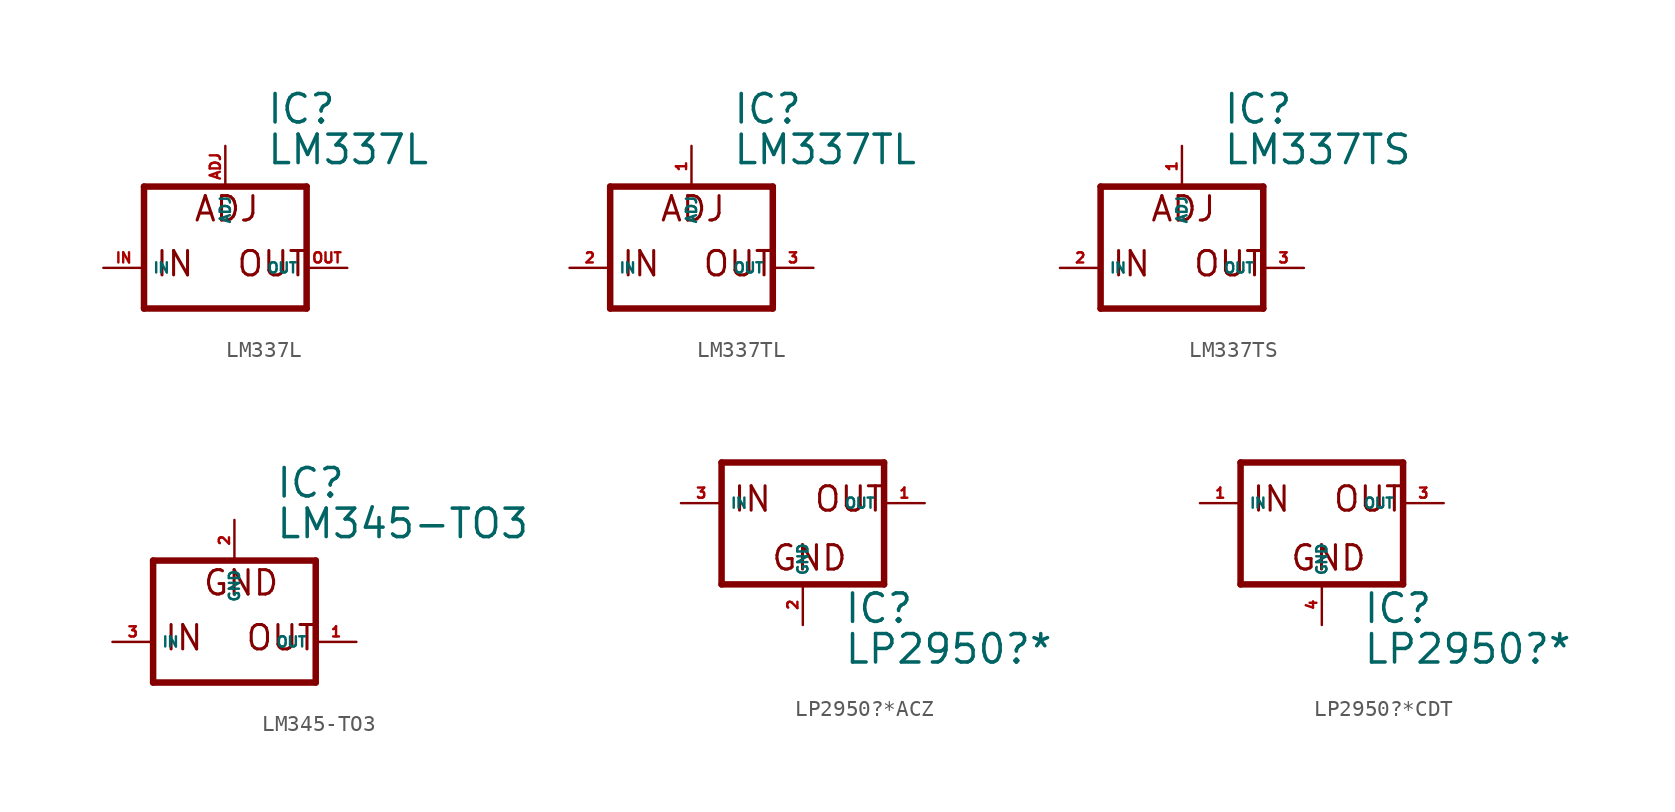
<source format=kicad_sym>
(kicad_symbol_lib
  (version 20220914)
  (generator Eagle2Kicad)
  (symbol "LM337L"
    (property "Reference" "IC"
      (at 2.54 8.89 0)
      (effects (font (size 1.778 1.778) (thickness 0.22)) (justify left bottom)))
    (property "Value" "LM337L"
      (at 2.54 6.35 0)
      (effects (font (size 1.778 1.778) (thickness 0.22)) (justify left bottom)))
    (polyline
      (pts (xy -5.08 -2.54) (xy 5.08 -2.54))
      (stroke (width 0.406) (type default))
      (fill (type none)))
    (polyline
      (pts (xy 5.08 -2.54) (xy 5.08 5.08))
      (stroke (width 0.406) (type default))
      (fill (type none)))
    (polyline
      (pts (xy 5.08 5.08) (xy -5.08 5.08))
      (stroke (width 0.406) (type default))
      (fill (type none)))
    (polyline
      (pts (xy -5.08 5.08) (xy -5.08 -2.54))
      (stroke (width 0.406) (type default))
      (fill (type none)))
    (text "ADJ"
      (at -2.032 2.794 0)
      (effects (font (size 1.524 1.524) (thickness 0.19)) (justify left bottom)))
    (text "IN"
      (at -4.445 -0.635 0)
      (effects (font (size 1.524 1.524) (thickness 0.19)) (justify left bottom)))
    (text "OUT"
      (at 0.635 -0.635 0)
      (effects (font (size 1.524 1.524) (thickness 0.19)) (justify left bottom)))
    (pin input line
      (at -7.62 0 0)
      (length 2.54)
      (name "IN" (effects (font (size 0.635 0.635) (thickness 0.08)) (justify left bottom)))
      (number "IN" (effects (font (size 0.635 0.635) (thickness 0.08)) (justify left bottom))))
    (pin input line
      (at 0 7.62 270)
      (length 2.54)
      (name "ADJ" (effects (font (size 0.635 0.635) (thickness 0.08)) (justify left bottom)))
      (number "ADJ" (effects (font (size 0.635 0.635) (thickness 0.08)) (justify left bottom))))
    (pin passive line
      (at 7.62 0 180)
      (length 2.54)
      (name "OUT" (effects (font (size 0.635 0.635) (thickness 0.08)) (justify left bottom)))
      (number "OUT" (effects (font (size 0.635 0.635) (thickness 0.08)) (justify left bottom)))))
  (symbol "LM337TL"
    (property "Reference" "IC"
      (at 2.54 8.89 0)
      (effects (font (size 1.778 1.778) (thickness 0.22)) (justify left bottom)))
    (property "Value" "LM337TL"
      (at 2.54 6.35 0)
      (effects (font (size 1.778 1.778) (thickness 0.22)) (justify left bottom)))
    (polyline
      (pts (xy -5.08 -2.54) (xy 5.08 -2.54))
      (stroke (width 0.406) (type default))
      (fill (type none)))
    (polyline
      (pts (xy 5.08 -2.54) (xy 5.08 5.08))
      (stroke (width 0.406) (type default))
      (fill (type none)))
    (polyline
      (pts (xy 5.08 5.08) (xy -5.08 5.08))
      (stroke (width 0.406) (type default))
      (fill (type none)))
    (polyline
      (pts (xy -5.08 5.08) (xy -5.08 -2.54))
      (stroke (width 0.406) (type default))
      (fill (type none)))
    (text "ADJ"
      (at -2.032 2.794 0)
      (effects (font (size 1.524 1.524) (thickness 0.19)) (justify left bottom)))
    (text "IN"
      (at -4.445 -0.635 0)
      (effects (font (size 1.524 1.524) (thickness 0.19)) (justify left bottom)))
    (text "OUT"
      (at 0.635 -0.635 0)
      (effects (font (size 1.524 1.524) (thickness 0.19)) (justify left bottom)))
    (pin input line
      (at -7.62 0 0)
      (length 2.54)
      (name "IN" (effects (font (size 0.635 0.635) (thickness 0.08)) (justify left bottom)))
      (number "2" (effects (font (size 0.635 0.635) (thickness 0.08)) (justify left bottom))))
    (pin input line
      (at 0 7.62 270)
      (length 2.54)
      (name "ADJ" (effects (font (size 0.635 0.635) (thickness 0.08)) (justify left bottom)))
      (number "1" (effects (font (size 0.635 0.635) (thickness 0.08)) (justify left bottom))))
    (pin passive line
      (at 7.62 0 180)
      (length 2.54)
      (name "OUT" (effects (font (size 0.635 0.635) (thickness 0.08)) (justify left bottom)))
      (number "3" (effects (font (size 0.635 0.635) (thickness 0.08)) (justify left bottom)))))
  (symbol "LM337TS"
    (property "Reference" "IC"
      (at 2.54 8.89 0)
      (effects (font (size 1.778 1.778) (thickness 0.22)) (justify left bottom)))
    (property "Value" "LM337TS"
      (at 2.54 6.35 0)
      (effects (font (size 1.778 1.778) (thickness 0.22)) (justify left bottom)))
    (polyline
      (pts (xy -5.08 -2.54) (xy 5.08 -2.54))
      (stroke (width 0.406) (type default))
      (fill (type none)))
    (polyline
      (pts (xy 5.08 -2.54) (xy 5.08 5.08))
      (stroke (width 0.406) (type default))
      (fill (type none)))
    (polyline
      (pts (xy 5.08 5.08) (xy -5.08 5.08))
      (stroke (width 0.406) (type default))
      (fill (type none)))
    (polyline
      (pts (xy -5.08 5.08) (xy -5.08 -2.54))
      (stroke (width 0.406) (type default))
      (fill (type none)))
    (text "ADJ"
      (at -2.032 2.794 0)
      (effects (font (size 1.524 1.524) (thickness 0.19)) (justify left bottom)))
    (text "IN"
      (at -4.445 -0.635 0)
      (effects (font (size 1.524 1.524) (thickness 0.19)) (justify left bottom)))
    (text "OUT"
      (at 0.635 -0.635 0)
      (effects (font (size 1.524 1.524) (thickness 0.19)) (justify left bottom)))
    (pin input line
      (at -7.62 0 0)
      (length 2.54)
      (name "IN" (effects (font (size 0.635 0.635) (thickness 0.08)) (justify left bottom)))
      (number "2" (effects (font (size 0.635 0.635) (thickness 0.08)) (justify left bottom))))
    (pin input line
      (at 0 7.62 270)
      (length 2.54)
      (name "ADJ" (effects (font (size 0.635 0.635) (thickness 0.08)) (justify left bottom)))
      (number "1" (effects (font (size 0.635 0.635) (thickness 0.08)) (justify left bottom))))
    (pin passive line
      (at 7.62 0 180)
      (length 2.54)
      (name "OUT" (effects (font (size 0.635 0.635) (thickness 0.08)) (justify left bottom)))
      (number "3" (effects (font (size 0.635 0.635) (thickness 0.08)) (justify left bottom)))))
  (symbol "LM345-TO3"
    (property "Reference" "IC"
      (at 2.54 8.89 0)
      (effects (font (size 1.778 1.778) (thickness 0.22)) (justify left bottom)))
    (property "Value" "LM345-TO3"
      (at 2.54 6.35 0)
      (effects (font (size 1.778 1.778) (thickness 0.22)) (justify left bottom)))
    (polyline
      (pts (xy -5.08 -2.54) (xy 5.08 -2.54))
      (stroke (width 0.406) (type default))
      (fill (type none)))
    (polyline
      (pts (xy 5.08 -2.54) (xy 5.08 5.08))
      (stroke (width 0.406) (type default))
      (fill (type none)))
    (polyline
      (pts (xy 5.08 5.08) (xy -5.08 5.08))
      (stroke (width 0.406) (type default))
      (fill (type none)))
    (polyline
      (pts (xy -5.08 5.08) (xy -5.08 -2.54))
      (stroke (width 0.406) (type default))
      (fill (type none)))
    (text "GND"
      (at -2.032 2.794 0)
      (effects (font (size 1.524 1.524) (thickness 0.19)) (justify left bottom)))
    (text "OUT"
      (at 0.635 -0.635 0)
      (effects (font (size 1.524 1.524) (thickness 0.19)) (justify left bottom)))
    (text "IN"
      (at -4.445 -0.635 0)
      (effects (font (size 1.524 1.524) (thickness 0.19)) (justify left bottom)))
    (pin input line
      (at -7.62 0 0)
      (length 2.54)
      (name "IN" (effects (font (size 0.635 0.635) (thickness 0.08)) (justify left bottom)))
      (number "3" (effects (font (size 0.635 0.635) (thickness 0.08)) (justify left bottom))))
    (pin input line
      (at 0 7.62 270)
      (length 2.54)
      (name "GND" (effects (font (size 0.635 0.635) (thickness 0.08)) (justify left bottom)))
      (number "2" (effects (font (size 0.635 0.635) (thickness 0.08)) (justify left bottom))))
    (pin passive line
      (at 7.62 0 180)
      (length 2.54)
      (name "OUT" (effects (font (size 0.635 0.635) (thickness 0.08)) (justify left bottom)))
      (number "1" (effects (font (size 0.635 0.635) (thickness 0.08)) (justify left bottom)))))
  (symbol "LP2950?*ACZ"
    (property "Reference" "IC"
      (at 2.54 -7.62 0)
      (effects (font (size 1.778 1.778) (thickness 0.22)) (justify left bottom)))
    (property "Value" "LP2950?*"
      (at 2.54 -10.16 0)
      (effects (font (size 1.778 1.778) (thickness 0.22)) (justify left bottom)))
    (polyline
      (pts (xy -5.08 -5.08) (xy 5.08 -5.08))
      (stroke (width 0.406) (type default))
      (fill (type none)))
    (polyline
      (pts (xy 5.08 -5.08) (xy 5.08 2.54))
      (stroke (width 0.406) (type default))
      (fill (type none)))
    (polyline
      (pts (xy 5.08 2.54) (xy -5.08 2.54))
      (stroke (width 0.406) (type default))
      (fill (type none)))
    (polyline
      (pts (xy -5.08 2.54) (xy -5.08 -5.08))
      (stroke (width 0.406) (type default))
      (fill (type none)))
    (text "GND"
      (at -2.032 -4.318 0)
      (effects (font (size 1.524 1.524) (thickness 0.19)) (justify left bottom)))
    (text "IN"
      (at -4.445 -0.635 0)
      (effects (font (size 1.524 1.524) (thickness 0.19)) (justify left bottom)))
    (text "OUT"
      (at 0.635 -0.635 0)
      (effects (font (size 1.524 1.524) (thickness 0.19)) (justify left bottom)))
    (pin input line
      (at -7.62 0 0)
      (length 2.54)
      (name "IN" (effects (font (size 0.635 0.635) (thickness 0.08)) (justify left bottom)))
      (number "3" (effects (font (size 0.635 0.635) (thickness 0.08)) (justify left bottom))))
    (pin input line
      (at 0 -7.62 90)
      (length 2.54)
      (name "GND" (effects (font (size 0.635 0.635) (thickness 0.08)) (justify left bottom)))
      (number "2" (effects (font (size 0.635 0.635) (thickness 0.08)) (justify left bottom))))
    (pin passive line
      (at 7.62 0 180)
      (length 2.54)
      (name "OUT" (effects (font (size 0.635 0.635) (thickness 0.08)) (justify left bottom)))
      (number "1" (effects (font (size 0.635 0.635) (thickness 0.08)) (justify left bottom)))))
  (symbol "LP2950?*CDT"
    (property "Reference" "IC"
      (at 2.54 -7.62 0)
      (effects (font (size 1.778 1.778) (thickness 0.22)) (justify left bottom)))
    (property "Value" "LP2950?*"
      (at 2.54 -10.16 0)
      (effects (font (size 1.778 1.778) (thickness 0.22)) (justify left bottom)))
    (polyline
      (pts (xy -5.08 -5.08) (xy 5.08 -5.08))
      (stroke (width 0.406) (type default))
      (fill (type none)))
    (polyline
      (pts (xy 5.08 -5.08) (xy 5.08 2.54))
      (stroke (width 0.406) (type default))
      (fill (type none)))
    (polyline
      (pts (xy 5.08 2.54) (xy -5.08 2.54))
      (stroke (width 0.406) (type default))
      (fill (type none)))
    (polyline
      (pts (xy -5.08 2.54) (xy -5.08 -5.08))
      (stroke (width 0.406) (type default))
      (fill (type none)))
    (text "GND"
      (at -2.032 -4.318 0)
      (effects (font (size 1.524 1.524) (thickness 0.19)) (justify left bottom)))
    (text "IN"
      (at -4.445 -0.635 0)
      (effects (font (size 1.524 1.524) (thickness 0.19)) (justify left bottom)))
    (text "OUT"
      (at 0.635 -0.635 0)
      (effects (font (size 1.524 1.524) (thickness 0.19)) (justify left bottom)))
    (pin input line
      (at -7.62 0 0)
      (length 2.54)
      (name "IN" (effects (font (size 0.635 0.635) (thickness 0.08)) (justify left bottom)))
      (number "1" (effects (font (size 0.635 0.635) (thickness 0.08)) (justify left bottom))))
    (pin input line
      (at 0 -7.62 90)
      (length 2.54)
      (name "GND" (effects (font (size 0.635 0.635) (thickness 0.08)) (justify left bottom)))
      (number "4" (effects (font (size 0.635 0.635) (thickness 0.08)) (justify left bottom))))
    (pin passive line
      (at 7.62 0 180)
      (length 2.54)
      (name "OUT" (effects (font (size 0.635 0.635) (thickness 0.08)) (justify left bottom)))
      (number "3" (effects (font (size 0.635 0.635) (thickness 0.08)) (justify left bottom))))))
</source>
